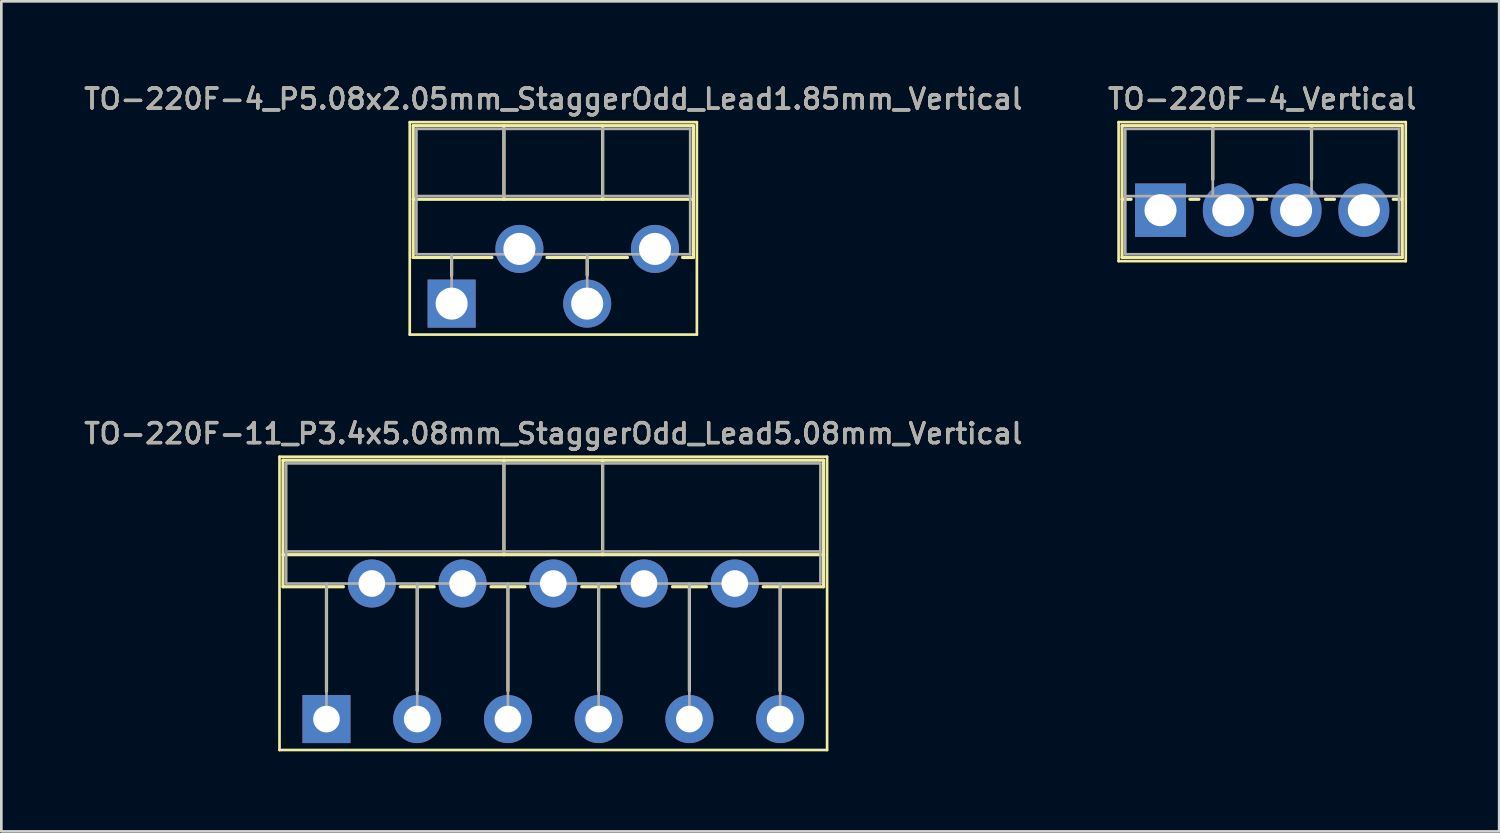
<source format=kicad_pcb>
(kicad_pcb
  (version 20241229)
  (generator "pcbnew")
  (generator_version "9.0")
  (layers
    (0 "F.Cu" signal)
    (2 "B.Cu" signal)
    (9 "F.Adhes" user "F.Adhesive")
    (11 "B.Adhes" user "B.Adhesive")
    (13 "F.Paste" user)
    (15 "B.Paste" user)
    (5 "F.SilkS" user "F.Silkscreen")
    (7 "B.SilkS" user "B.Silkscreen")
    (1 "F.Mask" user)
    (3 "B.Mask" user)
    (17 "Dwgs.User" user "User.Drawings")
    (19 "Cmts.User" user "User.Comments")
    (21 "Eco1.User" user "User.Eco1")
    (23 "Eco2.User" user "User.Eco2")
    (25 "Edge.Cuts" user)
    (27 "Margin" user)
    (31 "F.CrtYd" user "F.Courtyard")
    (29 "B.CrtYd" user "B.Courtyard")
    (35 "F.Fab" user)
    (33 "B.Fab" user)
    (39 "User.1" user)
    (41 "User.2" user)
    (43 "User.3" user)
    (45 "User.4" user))
  (footprint "TO-220F-4_P5.08x2.05mm_StaggerOdd_Lead1.85mm_Vertical"
    (layer "F.Cu")
    (at 13.874 8.328)
    (property "Reference" "TO-220F-4_P5.08x2.05mm_StaggerOdd_Lead1.85mm_Vertical" (at 3.81 -7.67 0) (layer "F.SilkS") (effects (font (size 0.75 0.75) (thickness 0.125))))
    (attr through_hole)
    (fp_line (start -1.57 -6.8) (end -1.57 1.16) (stroke (width 0.1) (type solid)) (layer "F.SilkS"))
    (fp_line (start -1.57 1.16) (end 9.19 1.16) (stroke (width 0.1) (type solid)) (layer "F.SilkS"))
    (fp_line (start -1.44 -6.67) (end -1.44 -1.729) (stroke (width 0.12) (type solid)) (layer "F.SilkS"))
    (fp_line (start -1.44 -6.67) (end 9.06 -6.67) (stroke (width 0.12) (type solid)) (layer "F.SilkS"))
    (fp_line (start -1.44 -3.911) (end 9.06 -3.911) (stroke (width 0.12) (type solid)) (layer "F.SilkS"))
    (fp_line (start -1.44 -1.729) (end 1.509 -1.729) (stroke (width 0.12) (type solid)) (layer "F.SilkS"))
    (fp_line (start 0 -1.729) (end 0 -1.05) (stroke (width 0.12) (type solid)) (layer "F.SilkS"))
    (fp_line (start 1.96 -6.67) (end 1.96 -3.911) (stroke (width 0.12) (type solid)) (layer "F.SilkS"))
    (fp_line (start 3.572 -1.729) (end 6.589 -1.729) (stroke (width 0.12) (type solid)) (layer "F.SilkS"))
    (fp_line (start 5.08 -1.729) (end 5.08 -1.065) (stroke (width 0.12) (type solid)) (layer "F.SilkS"))
    (fp_line (start 5.66 -6.67) (end 5.66 -3.911) (stroke (width 0.12) (type solid)) (layer "F.SilkS"))
    (fp_line (start 8.652 -1.729) (end 9.06 -1.729) (stroke (width 0.12) (type solid)) (layer "F.SilkS"))
    (fp_line (start 9.06 -6.67) (end 9.06 -1.729) (stroke (width 0.12) (type solid)) (layer "F.SilkS"))
    (fp_line (start 9.19 -6.8) (end -1.57 -6.8) (stroke (width 0.1) (type solid)) (layer "F.SilkS"))
    (fp_line (start 9.19 1.16) (end 9.19 -6.8) (stroke (width 0.1) (type solid)) (layer "F.SilkS"))
    (fp_line (start -1.32 -6.55) (end -1.32 -1.85) (stroke (width 0.1) (type solid)) (layer "F.Fab"))
    (fp_line (start -1.32 -4.03) (end 8.94 -4.03) (stroke (width 0.1) (type solid)) (layer "F.Fab"))
    (fp_line (start -1.32 -1.85) (end 8.94 -1.85) (stroke (width 0.1) (type solid)) (layer "F.Fab"))
    (fp_line (start 0 -1.85) (end 0 0) (stroke (width 0.1) (type solid)) (layer "F.Fab"))
    (fp_line (start 1.96 -6.55) (end 1.96 -4.03) (stroke (width 0.1) (type solid)) (layer "F.Fab"))
    (fp_line (start 5.08 -1.85) (end 5.08 0) (stroke (width 0.1) (type solid)) (layer "F.Fab"))
    (fp_line (start 5.66 -6.55) (end 5.66 -4.03) (stroke (width 0.1) (type solid)) (layer "F.Fab"))
    (fp_line (start 8.94 -6.55) (end -1.32 -6.55) (stroke (width 0.1) (type solid)) (layer "F.Fab"))
    (fp_line (start 8.94 -1.85) (end 8.94 -6.55) (stroke (width 0.1) (type solid)) (layer "F.Fab"))
    (fp_text user "${REFERENCE}" (at 3.81 -7.67 0) (layer "F.Fab") (effects (font (size 0.75 0.75) (thickness 0.125))))
    (pad "1" thru_hole rect (at 0 0) (size 1.8 1.8) (drill 1.2) (layers "*.Cu" "*.Mask"))
    (pad "2" thru_hole oval (at 2.54 -2.05) (size 1.8 1.8) (drill 1.2) (layers "*.Cu" "*.Mask"))
    (pad "3" thru_hole oval (at 5.08 0) (size 1.8 1.8) (drill 1.2) (layers "*.Cu" "*.Mask"))
    (pad "4" thru_hole oval (at 7.62 -2.05) (size 1.8 1.8) (drill 1.2) (layers "*.Cu" "*.Mask")))
  (footprint "TO-220F-11_P3.4x5.08mm_StaggerOdd_Lead5.08mm_Vertical"
    (layer "F.Cu")
    (at 9.184 23.896)
    (property "Reference" "TO-220F-11_P3.4x5.08mm_StaggerOdd_Lead5.08mm_Vertical" (at 8.5 -10.7 0) (layer "F.SilkS") (effects (font (size 0.75 0.75) (thickness 0.125))))
    (attr through_hole)
    (fp_line (start -1.76 -9.83) (end -1.76 1.16) (stroke (width 0.1) (type solid)) (layer "F.SilkS"))
    (fp_line (start -1.76 1.16) (end 18.76 1.16) (stroke (width 0.1) (type solid)) (layer "F.SilkS"))
    (fp_line (start -1.63 -9.7) (end -1.63 -4.959) (stroke (width 0.12) (type solid)) (layer "F.SilkS"))
    (fp_line (start -1.63 -9.7) (end 18.63 -9.7) (stroke (width 0.12) (type solid)) (layer "F.SilkS"))
    (fp_line (start -1.63 -6.16) (end 18.63 -6.16) (stroke (width 0.12) (type solid)) (layer "F.SilkS"))
    (fp_line (start -1.63 -4.959) (end 0.635 -4.959) (stroke (width 0.12) (type solid)) (layer "F.SilkS"))
    (fp_line (start 0 -4.959) (end 0 -1.05) (stroke (width 0.12) (type solid)) (layer "F.SilkS"))
    (fp_line (start 2.765 -4.959) (end 4.035 -4.959) (stroke (width 0.12) (type solid)) (layer "F.SilkS"))
    (fp_line (start 3.4 -4.959) (end 3.4 -1.065) (stroke (width 0.12) (type solid)) (layer "F.SilkS"))
    (fp_line (start 6.165 -4.959) (end 7.435 -4.959) (stroke (width 0.12) (type solid)) (layer "F.SilkS"))
    (fp_line (start 6.65 -9.7) (end 6.65 -6.16) (stroke (width 0.12) (type solid)) (layer "F.SilkS"))
    (fp_line (start 6.8 -4.959) (end 6.8 -1.065) (stroke (width 0.12) (type solid)) (layer "F.SilkS"))
    (fp_line (start 9.566 -4.959) (end 10.835 -4.959) (stroke (width 0.12) (type solid)) (layer "F.SilkS"))
    (fp_line (start 10.2 -4.959) (end 10.2 -1.065) (stroke (width 0.12) (type solid)) (layer "F.SilkS"))
    (fp_line (start 10.35 -9.7) (end 10.35 -6.16) (stroke (width 0.12) (type solid)) (layer "F.SilkS"))
    (fp_line (start 12.965 -4.959) (end 14.235 -4.959) (stroke (width 0.12) (type solid)) (layer "F.SilkS"))
    (fp_line (start 13.6 -4.959) (end 13.6 -1.065) (stroke (width 0.12) (type solid)) (layer "F.SilkS"))
    (fp_line (start 16.365 -4.959) (end 18.63 -4.959) (stroke (width 0.12) (type solid)) (layer "F.SilkS"))
    (fp_line (start 17 -4.959) (end 17 -1.065) (stroke (width 0.12) (type solid)) (layer "F.SilkS"))
    (fp_line (start 18.63 -9.7) (end 18.63 -4.959) (stroke (width 0.12) (type solid)) (layer "F.SilkS"))
    (fp_line (start 18.76 -9.83) (end -1.76 -9.83) (stroke (width 0.1) (type solid)) (layer "F.SilkS"))
    (fp_line (start 18.76 1.16) (end 18.76 -9.83) (stroke (width 0.1) (type solid)) (layer "F.SilkS"))
    (fp_line (start -1.51 -9.58) (end -1.51 -5.08) (stroke (width 0.1) (type solid)) (layer "F.Fab"))
    (fp_line (start -1.51 -6.28) (end 18.51 -6.28) (stroke (width 0.1) (type solid)) (layer "F.Fab"))
    (fp_line (start -1.51 -5.08) (end 18.51 -5.08) (stroke (width 0.1) (type solid)) (layer "F.Fab"))
    (fp_line (start 0 -5.08) (end 0 0) (stroke (width 0.1) (type solid)) (layer "F.Fab"))
    (fp_line (start 3.4 -5.08) (end 3.4 0) (stroke (width 0.1) (type solid)) (layer "F.Fab"))
    (fp_line (start 6.65 -9.58) (end 6.65 -6.28) (stroke (width 0.1) (type solid)) (layer "F.Fab"))
    (fp_line (start 6.8 -5.08) (end 6.8 0) (stroke (width 0.1) (type solid)) (layer "F.Fab"))
    (fp_line (start 10.2 -5.08) (end 10.2 0) (stroke (width 0.1) (type solid)) (layer "F.Fab"))
    (fp_line (start 10.35 -9.58) (end 10.35 -6.28) (stroke (width 0.1) (type solid)) (layer "F.Fab"))
    (fp_line (start 13.6 -5.08) (end 13.6 0) (stroke (width 0.1) (type solid)) (layer "F.Fab"))
    (fp_line (start 17 -5.08) (end 17 0) (stroke (width 0.1) (type solid)) (layer "F.Fab"))
    (fp_line (start 18.51 -9.58) (end -1.51 -9.58) (stroke (width 0.1) (type solid)) (layer "F.Fab"))
    (fp_line (start 18.51 -5.08) (end 18.51 -9.58) (stroke (width 0.1) (type solid)) (layer "F.Fab"))
    (fp_text user "${REFERENCE}" (at 8.5 -10.7 0) (layer "F.Fab") (effects (font (size 0.75 0.75) (thickness 0.125))))
    (pad "1" thru_hole rect (at 0 0) (size 1.8 1.8) (drill 1) (layers "*.Cu" "*.Mask"))
    (pad "2" thru_hole oval (at 1.7 -5.08) (size 1.8 1.8) (drill 1) (layers "*.Cu" "*.Mask"))
    (pad "3" thru_hole oval (at 3.4 0) (size 1.8 1.8) (drill 1) (layers "*.Cu" "*.Mask"))
    (pad "4" thru_hole oval (at 5.1 -5.08) (size 1.8 1.8) (drill 1) (layers "*.Cu" "*.Mask"))
    (pad "5" thru_hole oval (at 6.8 0) (size 1.8 1.8) (drill 1) (layers "*.Cu" "*.Mask"))
    (pad "6" thru_hole oval (at 8.5 -5.08) (size 1.8 1.8) (drill 1) (layers "*.Cu" "*.Mask"))
    (pad "7" thru_hole oval (at 10.2 0) (size 1.8 1.8) (drill 1) (layers "*.Cu" "*.Mask"))
    (pad "8" thru_hole oval (at 11.9 -5.08) (size 1.8 1.8) (drill 1) (layers "*.Cu" "*.Mask"))
    (pad "9" thru_hole oval (at 13.6 0) (size 1.8 1.8) (drill 1) (layers "*.Cu" "*.Mask"))
    (pad "10" thru_hole oval (at 15.3 -5.08) (size 1.8 1.8) (drill 1) (layers "*.Cu" "*.Mask"))
    (pad "11" thru_hole oval (at 17 0) (size 1.8 1.8) (drill 1) (layers "*.Cu" "*.Mask")))
  (footprint "TO-220F-4_Vertical"
    (layer "F.Cu")
    (at 40.438 4.826)
    (property "Reference" "TO-220F-4_Vertical" (at 3.81 -4.168 0) (layer "F.SilkS") (effects (font (size 0.75 0.75) (thickness 0.125))))
    (attr through_hole)
    (fp_line (start -1.57 -3.3) (end -1.57 1.91) (stroke (width 0.1) (type solid)) (layer "F.SilkS"))
    (fp_line (start -1.57 1.91) (end 9.19 1.91) (stroke (width 0.1) (type solid)) (layer "F.SilkS"))
    (fp_line (start -1.44 -3.168) (end -1.44 1.773) (stroke (width 0.12) (type solid)) (layer "F.SilkS"))
    (fp_line (start -1.44 -3.168) (end 9.06 -3.168) (stroke (width 0.12) (type solid)) (layer "F.SilkS"))
    (fp_line (start -1.44 -0.408) (end -1.103 -0.408) (stroke (width 0.12) (type solid)) (layer "F.SilkS"))
    (fp_line (start -1.44 1.773) (end 9.06 1.773) (stroke (width 0.12) (type solid)) (layer "F.SilkS"))
    (fp_line (start 1.103 -0.408) (end 1.438 -0.408) (stroke (width 0.12) (type solid)) (layer "F.SilkS"))
    (fp_line (start 1.96 -3.168) (end 1.96 -1.15) (stroke (width 0.12) (type solid)) (layer "F.SilkS"))
    (fp_line (start 3.643 -0.408) (end 3.978 -0.408) (stroke (width 0.12) (type solid)) (layer "F.SilkS"))
    (fp_line (start 5.66 -3.168) (end 5.66 -1.15) (stroke (width 0.12) (type solid)) (layer "F.SilkS"))
    (fp_line (start 6.183 -0.408) (end 6.518 -0.408) (stroke (width 0.12) (type solid)) (layer "F.SilkS"))
    (fp_line (start 8.723 -0.408) (end 9.06 -0.408) (stroke (width 0.12) (type solid)) (layer "F.SilkS"))
    (fp_line (start 9.06 -3.168) (end 9.06 1.773) (stroke (width 0.12) (type solid)) (layer "F.SilkS"))
    (fp_line (start 9.19 -3.3) (end -1.57 -3.3) (stroke (width 0.1) (type solid)) (layer "F.SilkS"))
    (fp_line (start 9.19 1.91) (end 9.19 -3.3) (stroke (width 0.1) (type solid)) (layer "F.SilkS"))
    (fp_line (start -1.32 -3.047) (end -1.32 1.653) (stroke (width 0.1) (type solid)) (layer "F.Fab"))
    (fp_line (start -1.32 -0.527) (end 8.94 -0.527) (stroke (width 0.1) (type solid)) (layer "F.Fab"))
    (fp_line (start -1.32 1.653) (end 8.94 1.653) (stroke (width 0.1) (type solid)) (layer "F.Fab"))
    (fp_line (start 1.96 -3.047) (end 1.96 -0.527) (stroke (width 0.1) (type solid)) (layer "F.Fab"))
    (fp_line (start 5.66 -3.047) (end 5.66 -0.527) (stroke (width 0.1) (type solid)) (layer "F.Fab"))
    (fp_line (start 8.94 -3.047) (end -1.32 -3.047) (stroke (width 0.1) (type solid)) (layer "F.Fab"))
    (fp_line (start 8.94 1.653) (end 8.94 -3.047) (stroke (width 0.1) (type solid)) (layer "F.Fab"))
    (fp_text user "${REFERENCE}" (at 3.81 -4.168 0) (layer "F.Fab") (effects (font (size 0.75 0.75) (thickness 0.125))))
    (pad "1" thru_hole rect (at 0 0) (size 1.905 2) (drill 1.2) (layers "*.Cu" "*.Mask"))
    (pad "2" thru_hole oval (at 2.54 0) (size 1.905 2) (drill 1.2) (layers "*.Cu" "*.Mask"))
    (pad "3" thru_hole oval (at 5.08 0) (size 1.905 2) (drill 1.2) (layers "*.Cu" "*.Mask"))
    (pad "4" thru_hole oval (at 7.62 0) (size 1.905 2) (drill 1.2) (layers "*.Cu" "*.Mask")))
  (gr_rect
    (start -3 -3)
    (end 53.129 28.106)
    (stroke (width 0.1) (type default))
    (fill no)
    (layer "Edge.Cuts")))
</source>
